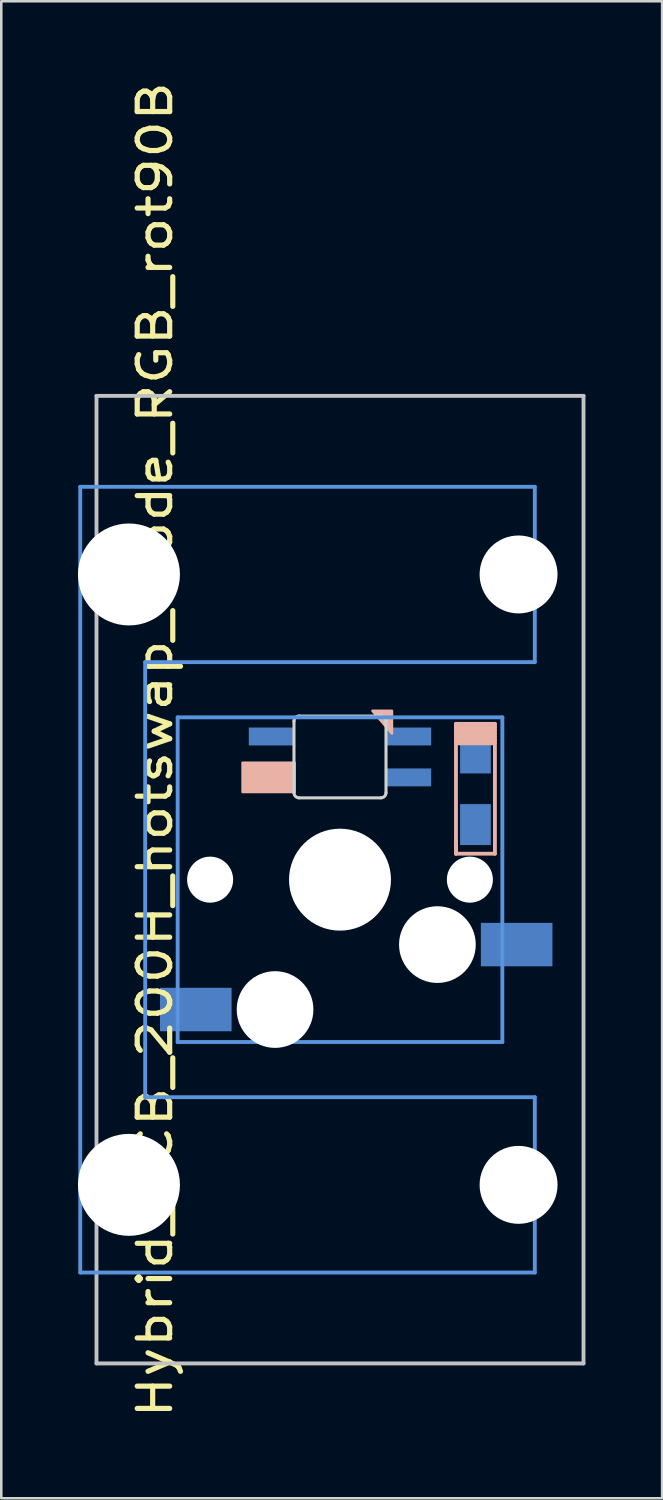
<source format=kicad_pcb>
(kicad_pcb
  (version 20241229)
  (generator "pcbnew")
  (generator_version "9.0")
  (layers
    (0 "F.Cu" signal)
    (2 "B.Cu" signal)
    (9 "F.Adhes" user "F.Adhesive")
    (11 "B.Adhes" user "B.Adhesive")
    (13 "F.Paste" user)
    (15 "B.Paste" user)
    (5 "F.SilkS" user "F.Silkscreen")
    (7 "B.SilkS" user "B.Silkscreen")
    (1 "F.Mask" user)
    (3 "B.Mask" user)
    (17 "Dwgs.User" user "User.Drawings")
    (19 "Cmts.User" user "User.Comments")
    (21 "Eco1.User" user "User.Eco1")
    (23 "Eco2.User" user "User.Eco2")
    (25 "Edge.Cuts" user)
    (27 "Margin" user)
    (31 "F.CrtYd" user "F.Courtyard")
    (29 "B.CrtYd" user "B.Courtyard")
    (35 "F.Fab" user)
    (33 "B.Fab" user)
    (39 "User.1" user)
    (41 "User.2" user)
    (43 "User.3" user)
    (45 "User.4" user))
  (footprint "Hybrid_PCB_200H_hotswap_diode_RGB_rot90B"
    (layer "F.Cu")
    (at 10.249 31.358)
    (property "Reference" "Hybrid_PCB_200H_hotswap_diode_RGB_rot90B" (at -7.239 -5.08 270) (layer "F.SilkS") (effects (font (size 1.27 1.524) (thickness 0.203))))
    (attr through_hole)
    (fp_line (start 4.536 -6.095) (end 6.06 -6.095) (stroke (width 0.15) (type solid)) (layer "B.SilkS"))
    (fp_line (start 4.536 -5.968) (end 6.06 -5.968) (stroke (width 0.15) (type solid)) (layer "B.SilkS"))
    (fp_line (start 4.536 -5.714) (end 6.06 -5.714) (stroke (width 0.15) (type solid)) (layer "B.SilkS"))
    (fp_line (start 4.536 -5.46) (end 6.06 -5.46) (stroke (width 0.15) (type solid)) (layer "B.SilkS"))
    (fp_line (start 4.536 -5.333) (end 6.06 -5.333) (stroke (width 0.15) (type solid)) (layer "B.SilkS"))
    (fp_line (start 4.536 -1.015) (end 4.536 -6.095) (stroke (width 0.15) (type solid)) (layer "B.SilkS"))
    (fp_line (start 4.536 -1.015) (end 4.536 -1.523) (stroke (width 0.15) (type solid)) (layer "B.SilkS"))
    (fp_line (start 6.06 -6.095) (end 6.06 -1.015) (stroke (width 0.15) (type solid)) (layer "B.SilkS"))
    (fp_line (start 6.06 -5.841) (end 4.536 -5.841) (stroke (width 0.15) (type solid)) (layer "B.SilkS"))
    (fp_line (start 6.06 -5.587) (end 4.536 -5.587) (stroke (width 0.15) (type solid)) (layer "B.SilkS"))
    (fp_line (start 6.06 -1.015) (end 4.536 -1.015) (stroke (width 0.15) (type solid)) (layer "B.SilkS"))
    (fp_poly (pts (xy 1.27 -6.604) (xy 2.032 -5.715) (xy 2.032 -6.604)) (stroke (width 0.1) (type solid)) (fill yes) (layer "B.SilkS"))
    (fp_poly (pts (xy -1.778 -4.572) (xy -3.81 -4.572) (xy -3.81 -3.429) (xy -1.778 -3.429)) (stroke (width 0.1) (type solid)) (fill yes) (layer "B.SilkS"))
    (fp_line (start -9.525 -18.923) (end 9.525 -18.923) (stroke (width 0.152) (type solid)) (layer "Dwgs.User"))
    (fp_line (start -9.525 18.923) (end -9.525 -18.923) (stroke (width 0.152) (type solid)) (layer "Dwgs.User"))
    (fp_line (start 9.525 -18.923) (end 9.525 18.923) (stroke (width 0.152) (type solid)) (layer "Dwgs.User"))
    (fp_line (start 9.525 18.923) (end -9.525 18.923) (stroke (width 0.152) (type solid)) (layer "Dwgs.User"))
    (fp_line (start -10.16 -15.367) (end -10.16 15.367) (stroke (width 0.152) (type solid)) (layer "Cmts.User"))
    (fp_line (start -10.16 15.367) (end 7.62 15.367) (stroke (width 0.152) (type solid)) (layer "Cmts.User"))
    (fp_line (start -7.62 -8.509) (end 7.62 -8.509) (stroke (width 0.152) (type solid)) (layer "Cmts.User"))
    (fp_line (start -7.62 8.509) (end -7.62 -8.509) (stroke (width 0.152) (type solid)) (layer "Cmts.User"))
    (fp_line (start -6.35 -6.35) (end 6.35 -6.35) (stroke (width 0.152) (type solid)) (layer "Cmts.User"))
    (fp_line (start -6.35 6.35) (end -6.35 -6.35) (stroke (width 0.152) (type solid)) (layer "Cmts.User"))
    (fp_line (start 6.35 -6.35) (end 6.35 6.35) (stroke (width 0.152) (type solid)) (layer "Cmts.User"))
    (fp_line (start 6.35 6.35) (end -6.35 6.35) (stroke (width 0.152) (type solid)) (layer "Cmts.User"))
    (fp_line (start 7.62 -15.367) (end -10.16 -15.367) (stroke (width 0.152) (type solid)) (layer "Cmts.User"))
    (fp_line (start 7.62 -8.509) (end 7.62 -15.367) (stroke (width 0.152) (type solid)) (layer "Cmts.User"))
    (fp_line (start 7.62 8.509) (end -7.62 8.509) (stroke (width 0.152) (type solid)) (layer "Cmts.User"))
    (fp_line (start 7.62 15.367) (end 7.62 8.509) (stroke (width 0.152) (type solid)) (layer "Cmts.User"))
    (fp_line (start -7.772 -14.224) (end -6.604 -14.224) (stroke (width 0.152) (type solid)) (layer "Eco2.User"))
    (fp_line (start -7.772 -9.652) (end -7.772 -14.224) (stroke (width 0.152) (type solid)) (layer "Eco2.User"))
    (fp_line (start -7.772 9.652) (end -6.604 9.652) (stroke (width 0.152) (type solid)) (layer "Eco2.User"))
    (fp_line (start -7.772 14.224) (end -7.772 9.652) (stroke (width 0.152) (type solid)) (layer "Eco2.User"))
    (fp_line (start -6.985 -6.985) (end -5.817 -6.985) (stroke (width 0.152) (type solid)) (layer "Eco2.User"))
    (fp_line (start -6.985 6.985) (end -6.985 -6.985) (stroke (width 0.152) (type solid)) (layer "Eco2.User"))
    (fp_line (start -6.604 -15.265) (end -0.508 -15.265) (stroke (width 0.152) (type solid)) (layer "Eco2.User"))
    (fp_line (start -6.604 -14.224) (end -6.604 -15.265) (stroke (width 0.152) (type solid)) (layer "Eco2.User"))
    (fp_line (start -6.604 -9.652) (end -7.772 -9.652) (stroke (width 0.152) (type solid)) (layer "Eco2.User"))
    (fp_line (start -6.604 -8.611) (end -6.604 -9.652) (stroke (width 0.152) (type solid)) (layer "Eco2.User"))
    (fp_line (start -6.604 8.611) (end -5.817 8.611) (stroke (width 0.152) (type solid)) (layer "Eco2.User"))
    (fp_line (start -6.604 9.652) (end -6.604 8.611) (stroke (width 0.152) (type solid)) (layer "Eco2.User"))
    (fp_line (start -6.604 14.224) (end -7.772 14.224) (stroke (width 0.152) (type solid)) (layer "Eco2.User"))
    (fp_line (start -6.604 15.265) (end -6.604 14.224) (stroke (width 0.152) (type solid)) (layer "Eco2.User"))
    (fp_line (start -5.817 -8.611) (end -6.604 -8.611) (stroke (width 0.152) (type solid)) (layer "Eco2.User"))
    (fp_line (start -5.817 -6.985) (end -5.817 -8.611) (stroke (width 0.152) (type solid)) (layer "Eco2.User"))
    (fp_line (start -5.817 6.985) (end -6.985 6.985) (stroke (width 0.152) (type solid)) (layer "Eco2.User"))
    (fp_line (start -5.817 8.611) (end -5.817 6.985) (stroke (width 0.152) (type solid)) (layer "Eco2.User"))
    (fp_line (start -0.508 -16.129) (end 2.286 -16.129) (stroke (width 0.152) (type solid)) (layer "Eco2.User"))
    (fp_line (start -0.508 -15.265) (end -0.508 -16.129) (stroke (width 0.152) (type solid)) (layer "Eco2.User"))
    (fp_line (start -0.508 15.265) (end -6.604 15.265) (stroke (width 0.152) (type solid)) (layer "Eco2.User"))
    (fp_line (start -0.508 16.129) (end -0.508 15.265) (stroke (width 0.152) (type solid)) (layer "Eco2.User"))
    (fp_line (start 2.286 -16.129) (end 2.286 -15.265) (stroke (width 0.152) (type solid)) (layer "Eco2.User"))
    (fp_line (start 2.286 -15.265) (end 5.69 -15.265) (stroke (width 0.152) (type solid)) (layer "Eco2.User"))
    (fp_line (start 2.286 15.265) (end 2.286 16.129) (stroke (width 0.152) (type solid)) (layer "Eco2.User"))
    (fp_line (start 2.286 16.129) (end -0.508 16.129) (stroke (width 0.152) (type solid)) (layer "Eco2.User"))
    (fp_line (start 4.877 -8.611) (end 4.877 -6.985) (stroke (width 0.152) (type solid)) (layer "Eco2.User"))
    (fp_line (start 4.877 -6.985) (end 6.985 -6.985) (stroke (width 0.152) (type solid)) (layer "Eco2.User"))
    (fp_line (start 4.877 6.985) (end 4.877 8.611) (stroke (width 0.152) (type solid)) (layer "Eco2.User"))
    (fp_line (start 4.877 8.611) (end 5.69 8.611) (stroke (width 0.152) (type solid)) (layer "Eco2.User"))
    (fp_line (start 5.69 -15.265) (end 5.69 -8.611) (stroke (width 0.152) (type solid)) (layer "Eco2.User"))
    (fp_line (start 5.69 -8.611) (end 4.877 -8.611) (stroke (width 0.152) (type solid)) (layer "Eco2.User"))
    (fp_line (start 5.69 8.611) (end 5.69 15.265) (stroke (width 0.152) (type solid)) (layer "Eco2.User"))
    (fp_line (start 5.69 15.265) (end 2.286 15.265) (stroke (width 0.152) (type solid)) (layer "Eco2.User"))
    (fp_line (start 6.985 -6.985) (end 6.985 6.985) (stroke (width 0.152) (type solid)) (layer "Eco2.User"))
    (fp_line (start 6.985 6.985) (end 4.877 6.985) (stroke (width 0.152) (type solid)) (layer "Eco2.User"))
    (fp_line (start -1.8 -3.4) (end -1.8 -6.2) (stroke (width 0.12) (type solid)) (layer "Edge.Cuts"))
    (fp_line (start 1.6 -6.4) (end -1.6 -6.4) (stroke (width 0.12) (type solid)) (layer "Edge.Cuts"))
    (fp_line (start 1.6 -3.2) (end -1.6 -3.2) (stroke (width 0.12) (type solid)) (layer "Edge.Cuts"))
    (fp_line (start 1.8 -3.4) (end 1.8 -6.2) (stroke (width 0.12) (type solid)) (layer "Edge.Cuts"))
    (fp_arc (start -1.8 -6.2) (mid -1.741421 -6.341421) (end -1.6 -6.4) (stroke (width 0.12) (type solid)) (layer "Edge.Cuts"))
    (fp_arc (start -1.6 -3.2) (mid -1.741421 -3.258579) (end -1.8 -3.4) (stroke (width 0.12) (type solid)) (layer "Edge.Cuts"))
    (fp_arc (start 1.6 -6.4) (mid 1.741421 -6.341421) (end 1.8 -6.2) (stroke (width 0.12) (type solid)) (layer "Edge.Cuts"))
    (fp_arc (start 1.8 -3.4) (mid 1.741421 -3.258579) (end 1.6 -3.2) (stroke (width 0.12) (type solid)) (layer "Edge.Cuts"))
    (pad "" np_thru_hole circle (at -8.255 -11.938 270) (size 3.988 3.988) (drill 3.988) (layers "*.Cu"))
    (pad "" np_thru_hole circle (at -8.255 11.938 270) (size 3.988 3.988) (drill 3.988) (layers "*.Cu"))
    (pad "" np_thru_hole circle (at -5.08 0 180) (size 1.8 1.8) (drill 1.8) (layers "*.Cu" "*.Mask"))
    (pad "" np_thru_hole circle (at -2.54 5.08 180) (size 3 3) (drill 3) (layers "*.Cu" "*.Mask"))
    (pad "" np_thru_hole circle (at 0 0 270) (size 3.988 3.988) (drill 3.988) (layers "*.Cu" "*.Mask"))
    (pad "" np_thru_hole circle (at 3.81 2.54 180) (size 3 3) (drill 3) (layers "*.Cu" "*.Mask"))
    (pad "" np_thru_hole circle (at 5.08 0 180) (size 1.8 1.8) (drill 1.8) (layers "*.Cu" "*.Mask"))
    (pad "" np_thru_hole circle (at 6.985 -11.938 270) (size 3.048 3.048) (drill 3.048) (layers "*.Cu"))
    (pad "" np_thru_hole circle (at 6.985 11.938 270) (size 3.048 3.048) (drill 3.048) (layers "*.Cu"))
    (pad "1" smd rect (at -5.64 5.08 180) (size 2.8 1.7) (layers "B.Cu" "B.Mask" "B.Paste"))
    (pad "2" smd rect (at 6.91 2.54 180) (size 2.8 1.7) (layers "B.Cu" "B.Mask" "B.Paste"))
    (pad "3" smd rect (at 5.298 -4.955 90) (size 1.6 1.2) (layers "B.Cu" "B.Mask" "B.Paste"))
    (pad "4" smd rect (at 5.298 -2.155 90) (size 1.6 1.2) (layers "B.Cu" "B.Mask" "B.Paste"))
    (pad "5" smd rect (at -2.667 -4 180) (size 1.8 0.7) (layers "B.Cu" "B.Mask" "B.Paste"))
    (pad "6" smd rect (at 2.667 -4 180) (size 1.8 0.7) (layers "B.Cu" "B.Mask" "B.Paste"))
    (pad "7" smd rect (at 2.667 -5.6 180) (size 1.8 0.7) (layers "B.Cu" "B.Mask" "B.Paste"))
    (pad "8" smd rect (at -2.667 -5.6 180) (size 1.8 0.7) (layers "B.Cu" "B.Mask" "B.Paste")))
  (gr_rect
    (start -3 -3)
    (end 22.85 55.556)
    (stroke (width 0.1) (type default))
    (fill no)
    (layer "Edge.Cuts")))
</source>
